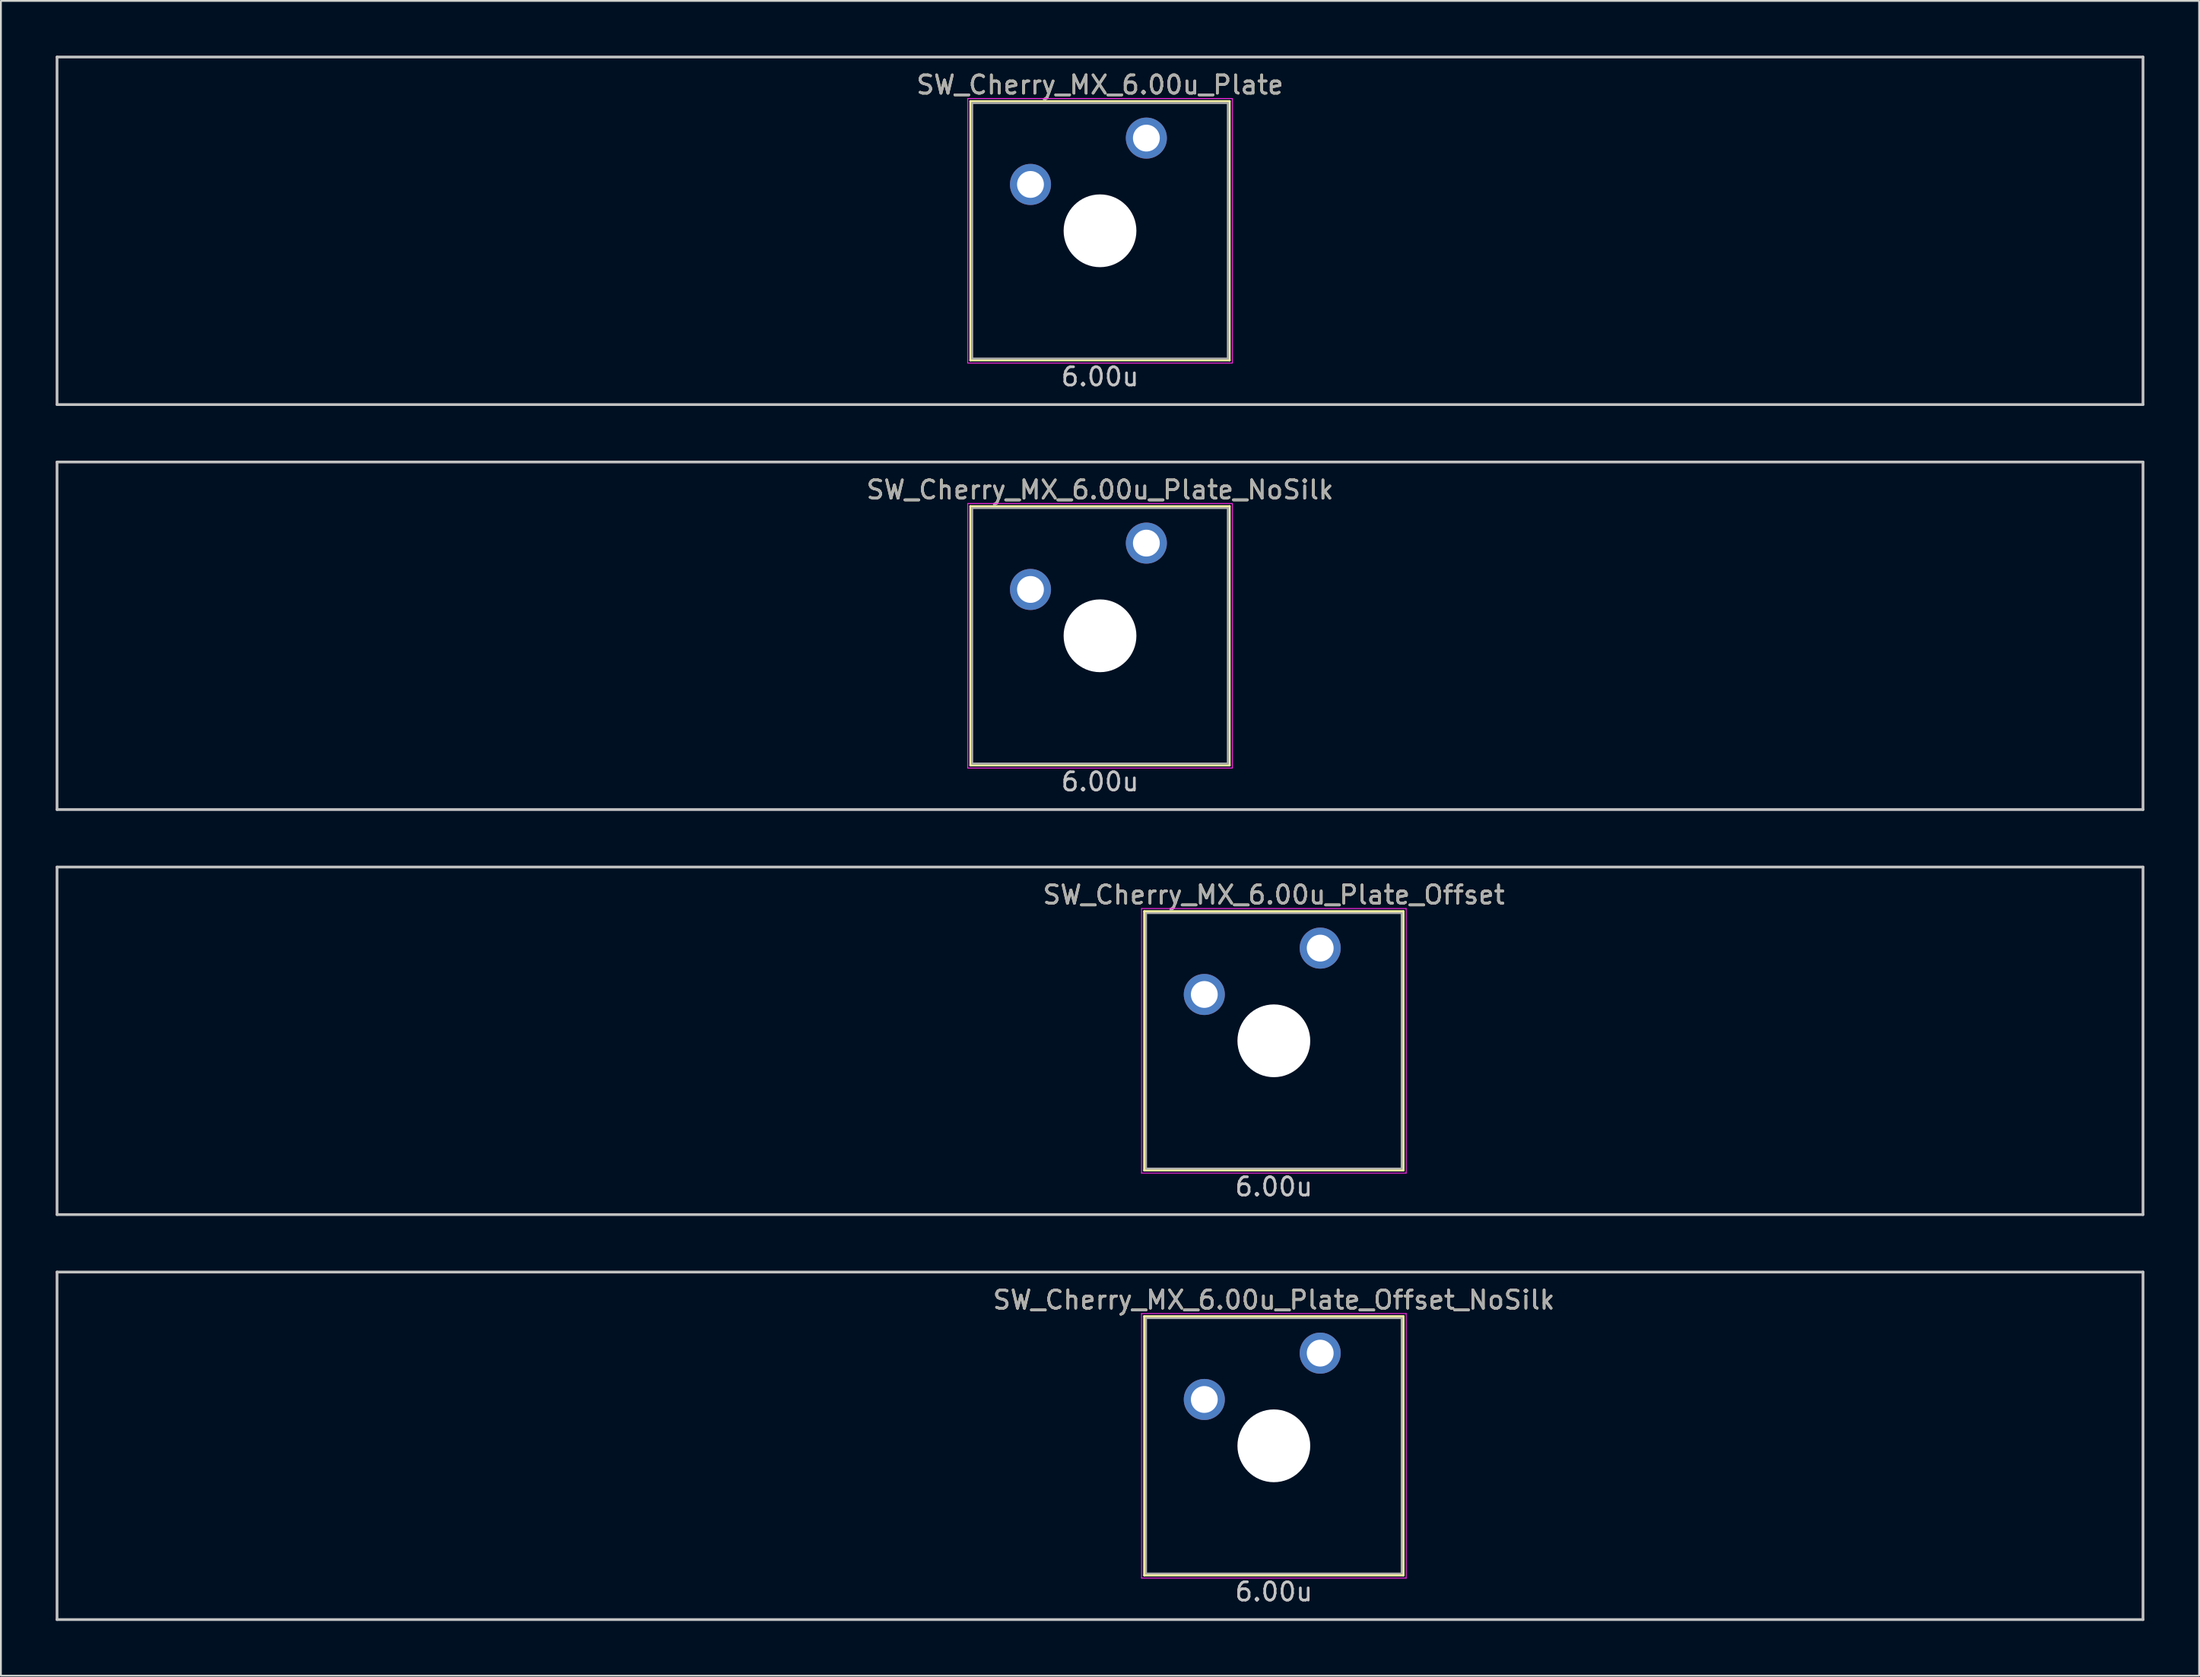
<source format=kicad_pcb>
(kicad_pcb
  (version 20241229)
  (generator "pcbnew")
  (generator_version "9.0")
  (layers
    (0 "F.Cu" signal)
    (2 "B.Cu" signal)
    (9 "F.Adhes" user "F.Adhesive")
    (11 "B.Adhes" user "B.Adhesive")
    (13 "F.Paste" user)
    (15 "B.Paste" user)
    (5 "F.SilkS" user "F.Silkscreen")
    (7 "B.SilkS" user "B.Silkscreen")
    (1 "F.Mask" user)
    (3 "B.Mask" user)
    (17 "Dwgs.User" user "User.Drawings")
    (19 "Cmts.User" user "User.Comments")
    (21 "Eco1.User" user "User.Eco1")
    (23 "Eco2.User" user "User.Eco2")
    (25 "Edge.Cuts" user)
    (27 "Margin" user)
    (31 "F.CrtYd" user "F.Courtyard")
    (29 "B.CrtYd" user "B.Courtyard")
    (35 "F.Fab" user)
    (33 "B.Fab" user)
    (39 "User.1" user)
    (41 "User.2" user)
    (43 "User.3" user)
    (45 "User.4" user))
  (footprint "SW_Cherry_MX_6.00u_Plate_Offset"
    (layer "F.Cu")
    (at 57.225 54)
    (property "Reference" "SW_Cherry_MX_6.00u_Plate_Offset" (at 9.525 -8 0) (layer "F.SilkS") (effects (font (size 1 1) (thickness 0.15))))
    (attr through_hole)
    (fp_line (start 2.425 -7.1) (end 16.625 -7.1) (stroke (width 0.12) (type solid)) (layer "F.SilkS"))
    (fp_line (start 2.425 7.1) (end 2.425 -7.1) (stroke (width 0.12) (type solid)) (layer "F.SilkS"))
    (fp_line (start 16.625 -7.1) (end 16.625 7.1) (stroke (width 0.12) (type solid)) (layer "F.SilkS"))
    (fp_line (start 16.625 7.1) (end 2.425 7.1) (stroke (width 0.12) (type solid)) (layer "F.SilkS"))
    (fp_line (start -57.15 -9.525) (end 57.15 -9.525) (stroke (width 0.15) (type solid)) (layer "Dwgs.User"))
    (fp_line (start -57.15 9.525) (end -57.15 -9.525) (stroke (width 0.15) (type solid)) (layer "Dwgs.User"))
    (fp_line (start -57.15 9.525) (end 57.15 9.525) (stroke (width 0.15) (type solid)) (layer "Dwgs.User"))
    (fp_line (start 57.15 -9.525) (end 57.15 9.525) (stroke (width 0.15) (type solid)) (layer "Dwgs.User"))
    (fp_line (start 2.275 -7.25) (end 16.775 -7.25) (stroke (width 0.05) (type solid)) (layer "F.CrtYd"))
    (fp_line (start 2.275 7.25) (end 2.275 -7.25) (stroke (width 0.05) (type solid)) (layer "F.CrtYd"))
    (fp_line (start 16.775 -7.25) (end 16.775 7.25) (stroke (width 0.05) (type solid)) (layer "F.CrtYd"))
    (fp_line (start 16.775 7.25) (end 2.275 7.25) (stroke (width 0.05) (type solid)) (layer "F.CrtYd"))
    (fp_line (start 2.525 -7) (end 16.525 -7) (stroke (width 0.1) (type solid)) (layer "F.Fab"))
    (fp_line (start 2.525 7) (end 2.525 -7) (stroke (width 0.1) (type solid)) (layer "F.Fab"))
    (fp_line (start 16.525 -7) (end 16.525 7) (stroke (width 0.1) (type solid)) (layer "F.Fab"))
    (fp_line (start 16.525 7) (end 2.525 7) (stroke (width 0.1) (type solid)) (layer "F.Fab"))
    (fp_text user "6.00u" (at 9.525 8 0) (layer "Dwgs.User") (effects (font (size 1 1) (thickness 0.15))))
    (fp_text user "${REFERENCE}" (at 9.525 -8 0) (layer "F.Fab") (effects (font (size 1 1) (thickness 0.15))))
    (pad "" np_thru_hole circle (at 9.525 0) (size 3.988 3.988) (drill 3.988) (layers "*.Cu" "*.Mask"))
    (pad "1" thru_hole circle (at 5.715 -2.54) (size 2.25 2.25) (drill 1.47) (layers "*.Cu" "B.Mask"))
    (pad "2" thru_hole circle (at 12.065 -5.08) (size 2.25 2.25) (drill 1.47) (layers "*.Cu" "B.Mask")))
  (footprint "SW_Cherry_MX_6.00u_Plate_NoSilk"
    (layer "F.Cu")
    (at 57.225 31.8)
    (property "Reference" "SW_Cherry_MX_6.00u_Plate_NoSilk" (at 0 -8 0) (layer "F.SilkS") (effects (font (size 1 1) (thickness 0.15))))
    (attr through_hole)
    (fp_line (start -7.1 -7.1) (end 7.1 -7.1) (stroke (width 0.12) (type solid)) (layer "F.SilkS"))
    (fp_line (start -7.1 7.1) (end -7.1 -7.1) (stroke (width 0.12) (type solid)) (layer "F.SilkS"))
    (fp_line (start 7.1 -7.1) (end 7.1 7.1) (stroke (width 0.12) (type solid)) (layer "F.SilkS"))
    (fp_line (start 7.1 7.1) (end -7.1 7.1) (stroke (width 0.12) (type solid)) (layer "F.SilkS"))
    (fp_line (start -57.15 -9.525) (end 57.15 -9.525) (stroke (width 0.15) (type solid)) (layer "Dwgs.User"))
    (fp_line (start -57.15 9.525) (end -57.15 -9.525) (stroke (width 0.15) (type solid)) (layer "Dwgs.User"))
    (fp_line (start -57.15 9.525) (end 57.15 9.525) (stroke (width 0.15) (type solid)) (layer "Dwgs.User"))
    (fp_line (start 57.15 -9.525) (end 57.15 9.525) (stroke (width 0.15) (type solid)) (layer "Dwgs.User"))
    (fp_line (start -7.25 -7.25) (end 7.25 -7.25) (stroke (width 0.05) (type solid)) (layer "F.CrtYd"))
    (fp_line (start -7.25 7.25) (end -7.25 -7.25) (stroke (width 0.05) (type solid)) (layer "F.CrtYd"))
    (fp_line (start 7.25 -7.25) (end 7.25 7.25) (stroke (width 0.05) (type solid)) (layer "F.CrtYd"))
    (fp_line (start 7.25 7.25) (end -7.25 7.25) (stroke (width 0.05) (type solid)) (layer "F.CrtYd"))
    (fp_line (start -7 -7) (end 7 -7) (stroke (width 0.1) (type solid)) (layer "F.Fab"))
    (fp_line (start -7 7) (end -7 -7) (stroke (width 0.1) (type solid)) (layer "F.Fab"))
    (fp_line (start 7 -7) (end 7 7) (stroke (width 0.1) (type solid)) (layer "F.Fab"))
    (fp_line (start 7 7) (end -7 7) (stroke (width 0.1) (type solid)) (layer "F.Fab"))
    (fp_text user "6.00u" (at 0 8 0) (layer "Dwgs.User") (effects (font (size 1 1) (thickness 0.15))))
    (fp_text user "${REFERENCE}" (at 0 -8 0) (layer "F.Fab") (effects (font (size 1 1) (thickness 0.15))))
    (pad "" np_thru_hole circle (at 0 0) (size 3.988 3.988) (drill 3.988) (layers "*.Cu" "*.Mask"))
    (pad "1" thru_hole circle (at -3.81 -2.54) (size 2.25 2.25) (drill 1.47) (layers "*.Cu" "B.Mask"))
    (pad "2" thru_hole circle (at 2.54 -5.08) (size 2.25 2.25) (drill 1.47) (layers "*.Cu" "B.Mask")))
  (footprint "SW_Cherry_MX_6.00u_Plate_Offset_NoSilk"
    (layer "F.Cu")
    (at 57.225 76.2)
    (property "Reference" "SW_Cherry_MX_6.00u_Plate_Offset_NoSilk" (at 9.525 -8 0) (layer "F.SilkS") (effects (font (size 1 1) (thickness 0.15))))
    (attr through_hole)
    (fp_line (start 2.425 -7.1) (end 16.625 -7.1) (stroke (width 0.12) (type solid)) (layer "F.SilkS"))
    (fp_line (start 2.425 7.1) (end 2.425 -7.1) (stroke (width 0.12) (type solid)) (layer "F.SilkS"))
    (fp_line (start 16.625 -7.1) (end 16.625 7.1) (stroke (width 0.12) (type solid)) (layer "F.SilkS"))
    (fp_line (start 16.625 7.1) (end 2.425 7.1) (stroke (width 0.12) (type solid)) (layer "F.SilkS"))
    (fp_line (start -57.15 -9.525) (end 57.15 -9.525) (stroke (width 0.15) (type solid)) (layer "Dwgs.User"))
    (fp_line (start -57.15 9.525) (end -57.15 -9.525) (stroke (width 0.15) (type solid)) (layer "Dwgs.User"))
    (fp_line (start -57.15 9.525) (end 57.15 9.525) (stroke (width 0.15) (type solid)) (layer "Dwgs.User"))
    (fp_line (start 57.15 -9.525) (end 57.15 9.525) (stroke (width 0.15) (type solid)) (layer "Dwgs.User"))
    (fp_line (start 2.275 -7.25) (end 16.775 -7.25) (stroke (width 0.05) (type solid)) (layer "F.CrtYd"))
    (fp_line (start 2.275 7.25) (end 2.275 -7.25) (stroke (width 0.05) (type solid)) (layer "F.CrtYd"))
    (fp_line (start 16.775 -7.25) (end 16.775 7.25) (stroke (width 0.05) (type solid)) (layer "F.CrtYd"))
    (fp_line (start 16.775 7.25) (end 2.275 7.25) (stroke (width 0.05) (type solid)) (layer "F.CrtYd"))
    (fp_line (start 2.525 -7) (end 16.525 -7) (stroke (width 0.1) (type solid)) (layer "F.Fab"))
    (fp_line (start 2.525 7) (end 2.525 -7) (stroke (width 0.1) (type solid)) (layer "F.Fab"))
    (fp_line (start 16.525 -7) (end 16.525 7) (stroke (width 0.1) (type solid)) (layer "F.Fab"))
    (fp_line (start 16.525 7) (end 2.525 7) (stroke (width 0.1) (type solid)) (layer "F.Fab"))
    (fp_text user "6.00u" (at 9.525 8 0) (layer "Dwgs.User") (effects (font (size 1 1) (thickness 0.15))))
    (fp_text user "${REFERENCE}" (at 9.525 -8 0) (layer "F.Fab") (effects (font (size 1 1) (thickness 0.15))))
    (pad "" np_thru_hole circle (at 9.525 0) (size 3.988 3.988) (drill 3.988) (layers "*.Cu" "*.Mask"))
    (pad "1" thru_hole circle (at 5.715 -2.54) (size 2.25 2.25) (drill 1.47) (layers "*.Cu" "B.Mask"))
    (pad "2" thru_hole circle (at 12.065 -5.08) (size 2.25 2.25) (drill 1.47) (layers "*.Cu" "B.Mask")))
  (footprint "SW_Cherry_MX_6.00u_Plate"
    (layer "F.Cu")
    (at 57.225 9.6)
    (property "Reference" "SW_Cherry_MX_6.00u_Plate" (at 0 -8 0) (layer "F.SilkS") (effects (font (size 1 1) (thickness 0.15))))
    (attr through_hole)
    (fp_line (start -7.1 -7.1) (end 7.1 -7.1) (stroke (width 0.12) (type solid)) (layer "F.SilkS"))
    (fp_line (start -7.1 7.1) (end -7.1 -7.1) (stroke (width 0.12) (type solid)) (layer "F.SilkS"))
    (fp_line (start 7.1 -7.1) (end 7.1 7.1) (stroke (width 0.12) (type solid)) (layer "F.SilkS"))
    (fp_line (start 7.1 7.1) (end -7.1 7.1) (stroke (width 0.12) (type solid)) (layer "F.SilkS"))
    (fp_line (start -57.15 -9.525) (end 57.15 -9.525) (stroke (width 0.15) (type solid)) (layer "Dwgs.User"))
    (fp_line (start -57.15 9.525) (end -57.15 -9.525) (stroke (width 0.15) (type solid)) (layer "Dwgs.User"))
    (fp_line (start -57.15 9.525) (end 57.15 9.525) (stroke (width 0.15) (type solid)) (layer "Dwgs.User"))
    (fp_line (start 57.15 -9.525) (end 57.15 9.525) (stroke (width 0.15) (type solid)) (layer "Dwgs.User"))
    (fp_line (start -7.25 -7.25) (end 7.25 -7.25) (stroke (width 0.05) (type solid)) (layer "F.CrtYd"))
    (fp_line (start -7.25 7.25) (end -7.25 -7.25) (stroke (width 0.05) (type solid)) (layer "F.CrtYd"))
    (fp_line (start 7.25 -7.25) (end 7.25 7.25) (stroke (width 0.05) (type solid)) (layer "F.CrtYd"))
    (fp_line (start 7.25 7.25) (end -7.25 7.25) (stroke (width 0.05) (type solid)) (layer "F.CrtYd"))
    (fp_line (start -7 -7) (end 7 -7) (stroke (width 0.1) (type solid)) (layer "F.Fab"))
    (fp_line (start -7 7) (end -7 -7) (stroke (width 0.1) (type solid)) (layer "F.Fab"))
    (fp_line (start 7 -7) (end 7 7) (stroke (width 0.1) (type solid)) (layer "F.Fab"))
    (fp_line (start 7 7) (end -7 7) (stroke (width 0.1) (type solid)) (layer "F.Fab"))
    (fp_text user "6.00u" (at 0 8 0) (layer "Dwgs.User") (effects (font (size 1 1) (thickness 0.15))))
    (fp_text user "${REFERENCE}" (at 0 -8 0) (layer "F.Fab") (effects (font (size 1 1) (thickness 0.15))))
    (pad "" np_thru_hole circle (at 0 0) (size 3.988 3.988) (drill 3.988) (layers "*.Cu" "*.Mask"))
    (pad "1" thru_hole circle (at -3.81 -2.54) (size 2.25 2.25) (drill 1.47) (layers "*.Cu" "B.Mask"))
    (pad "2" thru_hole circle (at 2.54 -5.08) (size 2.25 2.25) (drill 1.47) (layers "*.Cu" "B.Mask")))
  (gr_rect
    (start -3 -3)
    (end 117.45 88.8)
    (stroke (width 0.1) (type default))
    (fill no)
    (layer "Edge.Cuts")))
</source>
